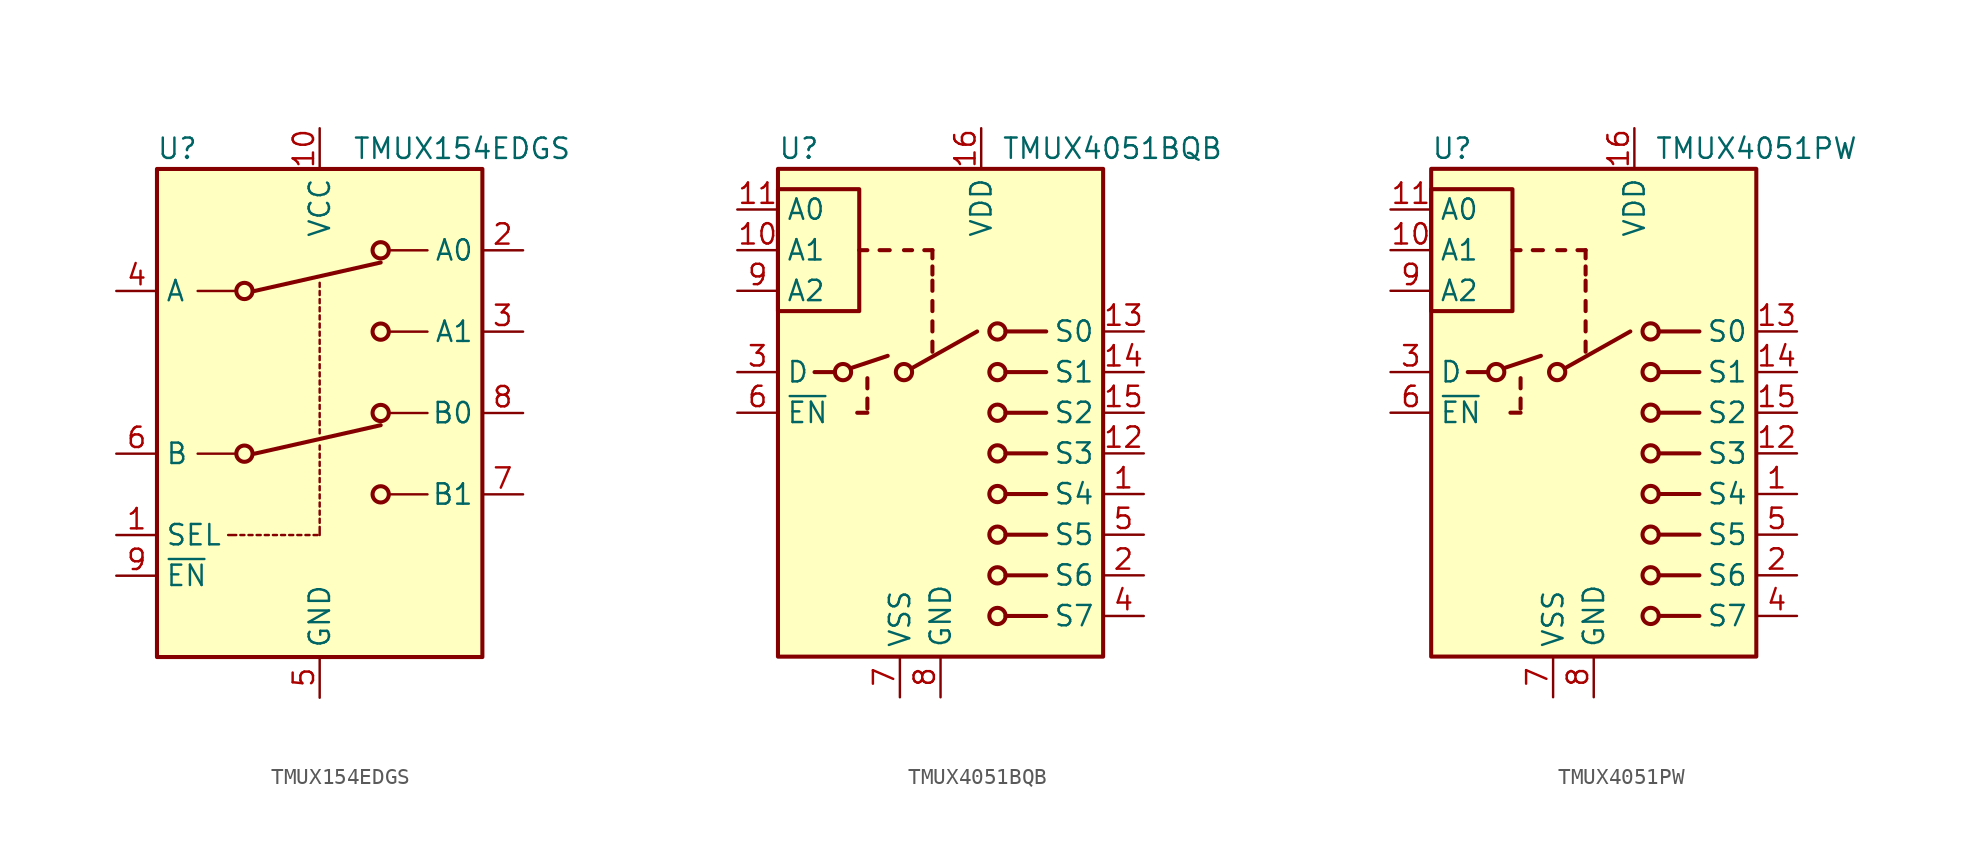
<source format=kicad_sym>
(kicad_symbol_lib
  (version 20241209)
  (generator "kicad_symbol_editor")
  (generator_version "9.0")
  (symbol "TMUX154EDGS"
    (property "Reference" "U"
      (at -8.89 16.51 0)
      (effects (font (size 1.27 1.27))))
    (property "Value" "TMUX154EDGS"
      (at 8.89 16.51 0)
      (effects (font (size 1.27 1.27))))
    (symbol "TMUX154EDGS_1_1"
      (rectangle (start -10.16 15.24) (end 10.16 -15.24) (stroke (width 0.254) (type default)) (fill (type background)))
      (polyline (pts (xy -7.62 7.62) (xy -5.334 7.62)) (stroke (width 0) (type default)) (fill (type none)))
      (polyline (pts (xy -7.62 -2.54) (xy -5.334 -2.54)) (stroke (width 0) (type default)) (fill (type none)))
      (polyline (pts (xy -5.715 -7.62) (xy -5.207 -7.62)) (stroke (width 0) (type default)) (fill (type none)))
      (polyline (pts (xy -4.953 -7.62) (xy -4.699 -7.62)) (stroke (width 0) (type default)) (fill (type none)))
      (circle (center -4.699 7.62) (radius 0.508) (stroke (width 0.254) (type default)) (fill (type none)))
      (circle (center -4.699 -2.54) (radius 0.508) (stroke (width 0.254) (type default)) (fill (type none)))
      (polyline (pts (xy -4.445 -7.62) (xy -4.191 -7.62)) (stroke (width 0) (type default)) (fill (type none)))
      (polyline (pts (xy -3.937 -7.62) (xy -3.683 -7.62)) (stroke (width 0) (type default)) (fill (type none)))
      (polyline (pts (xy -3.429 -7.62) (xy -3.175 -7.62)) (stroke (width 0) (type default)) (fill (type none)))
      (polyline (pts (xy -2.921 -7.62) (xy -2.667 -7.62)) (stroke (width 0) (type default)) (fill (type none)))
      (polyline (pts (xy -2.413 -7.62) (xy -2.159 -7.62)) (stroke (width 0) (type default)) (fill (type none)))
      (polyline (pts (xy -1.905 -7.62) (xy -1.651 -7.62)) (stroke (width 0) (type default)) (fill (type none)))
      (polyline (pts (xy -1.397 -7.62) (xy -1.143 -7.62)) (stroke (width 0) (type default)) (fill (type none)))
      (polyline (pts (xy -0.889 -7.62) (xy -0.635 -7.62)) (stroke (width 0) (type default)) (fill (type none)))
      (polyline (pts (xy -0.381 -7.62) (xy -0.127 -7.62)) (stroke (width 0) (type default)) (fill (type none)))
      (polyline (pts (xy 0 7.874) (xy 0 8.128)) (stroke (width 0) (type default)) (fill (type none)))
      (polyline (pts (xy 0 7.366) (xy 0 7.62)) (stroke (width 0) (type default)) (fill (type none)))
      (polyline (pts (xy 0 6.858) (xy 0 7.112)) (stroke (width 0) (type default)) (fill (type none)))
      (polyline (pts (xy 0 6.35) (xy 0 6.604)) (stroke (width 0) (type default)) (fill (type none)))
      (polyline (pts (xy 0 5.842) (xy 0 6.096)) (stroke (width 0) (type default)) (fill (type none)))
      (polyline (pts (xy 0 5.334) (xy 0 5.588)) (stroke (width 0) (type default)) (fill (type none)))
      (polyline (pts (xy 0 4.826) (xy 0 5.08)) (stroke (width 0) (type default)) (fill (type none)))
      (polyline (pts (xy 0 4.318) (xy 0 4.572)) (stroke (width 0) (type default)) (fill (type none)))
      (polyline (pts (xy 0 3.81) (xy 0 4.064)) (stroke (width 0) (type default)) (fill (type none)))
      (polyline (pts (xy 0 3.302) (xy 0 3.556)) (stroke (width 0) (type default)) (fill (type none)))
      (polyline (pts (xy 0 2.794) (xy 0 3.048)) (stroke (width 0) (type default)) (fill (type none)))
      (polyline (pts (xy 0 2.286) (xy 0 2.54)) (stroke (width 0) (type default)) (fill (type none)))
      (polyline (pts (xy 0 1.778) (xy 0 2.032)) (stroke (width 0) (type default)) (fill (type none)))
      (polyline (pts (xy 0 1.27) (xy 0 1.524)) (stroke (width 0) (type default)) (fill (type none)))
      (polyline (pts (xy 0 0.762) (xy 0 1.016)) (stroke (width 0) (type default)) (fill (type none)))
      (polyline (pts (xy 0 0.254) (xy 0 0.508)) (stroke (width 0) (type default)) (fill (type none)))
      (polyline (pts (xy 0 -0.254) (xy 0 0)) (stroke (width 0) (type default)) (fill (type none)))
      (polyline (pts (xy 0 -0.762) (xy 0 -0.508)) (stroke (width 0) (type default)) (fill (type none)))
      (polyline (pts (xy 0 -1.27) (xy 0 -1.016)) (stroke (width 0) (type default)) (fill (type none)))
      (polyline (pts (xy 0 -2.286) (xy 0 -2.032)) (stroke (width 0) (type default)) (fill (type none)))
      (polyline (pts (xy 0 -2.794) (xy 0 -2.54)) (stroke (width 0) (type default)) (fill (type none)))
      (polyline (pts (xy 0 -3.302) (xy 0 -3.048)) (stroke (width 0) (type default)) (fill (type none)))
      (polyline (pts (xy 0 -3.81) (xy 0 -3.556)) (stroke (width 0) (type default)) (fill (type none)))
      (polyline (pts (xy 0 -4.318) (xy 0 -4.064)) (stroke (width 0) (type default)) (fill (type none)))
      (polyline (pts (xy 0 -4.826) (xy 0 -4.572)) (stroke (width 0) (type default)) (fill (type none)))
      (polyline (pts (xy 0 -5.334) (xy 0 -5.08)) (stroke (width 0) (type default)) (fill (type none)))
      (polyline (pts (xy 0 -5.842) (xy 0 -5.588)) (stroke (width 0) (type default)) (fill (type none)))
      (polyline (pts (xy 0 -6.35) (xy 0 -6.096)) (stroke (width 0) (type default)) (fill (type none)))
      (polyline (pts (xy 0 -6.858) (xy 0 -6.604)) (stroke (width 0) (type default)) (fill (type none)))
      (polyline (pts (xy 0 -7.62) (xy 0 -7.112)) (stroke (width 0) (type default)) (fill (type none)))
      (circle (center 3.81 10.16) (radius 0.508) (stroke (width 0.254) (type default)) (fill (type none)))
      (polyline (pts (xy 3.81 9.398) (xy -4.064 7.62)) (stroke (width 0.254) (type default)) (fill (type none)))
      (circle (center 3.81 5.08) (radius 0.508) (stroke (width 0.254) (type default)) (fill (type none)))
      (circle (center 3.81 0) (radius 0.508) (stroke (width 0.254) (type default)) (fill (type none)))
      (polyline (pts (xy 3.81 -0.762) (xy -4.064 -2.54)) (stroke (width 0.254) (type default)) (fill (type none)))
      (circle (center 3.81 -5.08) (radius 0.508) (stroke (width 0.254) (type default)) (fill (type none)))
      (polyline (pts (xy 6.731 10.16) (xy 4.445 10.16)) (stroke (width 0) (type default)) (fill (type none)))
      (polyline (pts (xy 6.731 5.08) (xy 4.445 5.08)) (stroke (width 0) (type default)) (fill (type none)))
      (polyline (pts (xy 6.731 0) (xy 4.445 0)) (stroke (width 0) (type default)) (fill (type none)))
      (polyline (pts (xy 6.731 -5.08) (xy 4.445 -5.08)) (stroke (width 0) (type default)) (fill (type none)))
      (pin passive line (at -12.7 7.62 0) (length 2.54) (name "A" (effects (font (size 1.27 1.27)))) (number "4" (effects (font (size 1.27 1.27)))))
      (pin passive line (at -12.7 -2.54 0) (length 2.54) (name "B" (effects (font (size 1.27 1.27)))) (number "6" (effects (font (size 1.27 1.27)))))
      (pin passive line (at -12.7 -7.62 0) (length 2.54) (name "SEL" (effects (font (size 1.27 1.27)))) (number "1" (effects (font (size 1.27 1.27)))))
      (pin passive line (at -12.7 -10.16 0) (length 2.54) (name "~{EN}" (effects (font (size 1.27 1.27)))) (number "9" (effects (font (size 1.27 1.27)))))
      (pin power_in line (at 0 17.78 270) (length 2.54) (name "VCC" (effects (font (size 1.27 1.27)))) (number "10" (effects (font (size 1.27 1.27)))))
      (pin power_in line (at 0 -17.78 90) (length 2.54) (name "GND" (effects (font (size 1.27 1.27)))) (number "5" (effects (font (size 1.27 1.27)))))
      (pin passive line (at 12.7 10.16 180) (length 2.54) (name "A0" (effects (font (size 1.27 1.27)))) (number "2" (effects (font (size 1.27 1.27)))))
      (pin passive line (at 12.7 5.08 180) (length 2.54) (name "A1" (effects (font (size 1.27 1.27)))) (number "3" (effects (font (size 1.27 1.27)))))
      (pin passive line (at 12.7 0 180) (length 2.54) (name "B0" (effects (font (size 1.27 1.27)))) (number "8" (effects (font (size 1.27 1.27)))))
      (pin passive line (at 12.7 -5.08 180) (length 2.54) (name "B1" (effects (font (size 1.27 1.27)))) (number "7" (effects (font (size 1.27 1.27)))))))
  (symbol "TMUX4051BQB"
    (property "Reference" "U"
      (at -10.16 16.51 0)
      (effects (font (size 1.27 1.27)) (justify left)))
    (property "Value" "TMUX4051BQB"
      (at 3.81 16.51 0)
      (effects (font (size 1.27 1.27)) (justify left)))
    (symbol "TMUX4051BQB_0_1"
      (rectangle (start -10.16 15.24) (end 10.16 -15.24) (stroke (width 0.254) (type default)) (fill (type background)))
      (rectangle (start -10.16 6.35) (end -5.08 13.97) (stroke (width 0.254) (type default)) (fill (type none)))
      (polyline (pts (xy -7.874 2.54) (xy -6.604 2.54)) (stroke (width 0.254) (type default)) (fill (type none)))
      (circle (center -6.096 2.54) (radius 0.508) (stroke (width 0.254) (type default)) (fill (type none)))
      (polyline (pts (xy -5.588 2.794) (xy -3.302 3.556)) (stroke (width 0.254) (type default)) (fill (type none)))
      (polyline (pts (xy -4.572 10.16) (xy -5.08 10.16)) (stroke (width 0.254) (type default)) (fill (type none)))
      (polyline (pts (xy -4.572 1.524) (xy -4.572 2.159)) (stroke (width 0.254) (type default)) (fill (type none)))
      (polyline (pts (xy -4.572 0.254) (xy -4.572 0.889)) (stroke (width 0.254) (type default)) (fill (type none)))
      (polyline (pts (xy -4.572 0) (xy -5.207 0)) (stroke (width 0.254) (type default)) (fill (type none)))
      (polyline (pts (xy -3.81 10.16) (xy -3.175 10.16)) (stroke (width 0.254) (type default)) (fill (type none)))
      (circle (center -2.286 2.54) (radius 0.508) (stroke (width 0.254) (type default)) (fill (type none)))
      (polyline (pts (xy -1.778 10.16) (xy -2.286 10.16)) (stroke (width 0.254) (type default)) (fill (type none)))
      (polyline (pts (xy -1.778 2.794) (xy 2.286 5.08)) (stroke (width 0.254) (type default)) (fill (type none)))
      (polyline (pts (xy -0.508 10.16) (xy -1.016 10.16)) (stroke (width 0.254) (type default)) (fill (type none)))
      (polyline (pts (xy -0.508 9.652) (xy -0.508 10.16)) (stroke (width 0.254) (type default)) (fill (type none)))
      (polyline (pts (xy -0.508 8.636) (xy -0.508 9.144)) (stroke (width 0.254) (type default)) (fill (type none)))
      (polyline (pts (xy -0.508 7.62) (xy -0.508 8.255)) (stroke (width 0.254) (type default)) (fill (type none)))
      (polyline (pts (xy -0.508 6.35) (xy -0.508 6.985)) (stroke (width 0.254) (type default)) (fill (type none)))
      (polyline (pts (xy -0.508 5.08) (xy -0.508 5.715)) (stroke (width 0.254) (type default)) (fill (type none)))
      (polyline (pts (xy -0.508 3.81) (xy -0.508 4.445)) (stroke (width 0.254) (type default)) (fill (type none)))
      (circle (center 3.556 5.08) (radius 0.508) (stroke (width 0.254) (type default)) (fill (type none)))
      (circle (center 3.556 2.54) (radius 0.508) (stroke (width 0.254) (type default)) (fill (type none)))
      (circle (center 3.556 0) (radius 0.508) (stroke (width 0.254) (type default)) (fill (type none)))
      (circle (center 3.556 -2.54) (radius 0.508) (stroke (width 0.254) (type default)) (fill (type none)))
      (circle (center 3.556 -5.08) (radius 0.508) (stroke (width 0.254) (type default)) (fill (type none)))
      (circle (center 3.556 -7.62) (radius 0.508) (stroke (width 0.254) (type default)) (fill (type none)))
      (circle (center 3.556 -10.16) (radius 0.508) (stroke (width 0.254) (type default)) (fill (type none)))
      (circle (center 3.556 -12.7) (radius 0.508) (stroke (width 0.254) (type default)) (fill (type none)))
      (polyline (pts (xy 4.064 5.08) (xy 6.604 5.08)) (stroke (width 0.254) (type default)) (fill (type none)))
      (polyline (pts (xy 4.064 2.54) (xy 6.604 2.54)) (stroke (width 0.254) (type default)) (fill (type none)))
      (polyline (pts (xy 4.064 0) (xy 6.604 0)) (stroke (width 0.254) (type default)) (fill (type none)))
      (polyline (pts (xy 4.064 -2.54) (xy 6.604 -2.54)) (stroke (width 0.254) (type default)) (fill (type none)))
      (polyline (pts (xy 4.064 -5.08) (xy 6.604 -5.08)) (stroke (width 0.254) (type default)) (fill (type none)))
      (polyline (pts (xy 4.064 -7.62) (xy 6.604 -7.62)) (stroke (width 0.254) (type default)) (fill (type none)))
      (polyline (pts (xy 4.064 -10.16) (xy 6.604 -10.16)) (stroke (width 0.254) (type default)) (fill (type none)))
      (polyline (pts (xy 4.064 -12.7) (xy 6.604 -12.7)) (stroke (width 0.254) (type default)) (fill (type none))))
    (symbol "TMUX4051BQB_1_1"
      (pin input line (at -12.7 12.7 0) (length 2.54) (name "A0" (effects (font (size 1.27 1.27)))) (number "11" (effects (font (size 1.27 1.27)))))
      (pin input line (at -12.7 10.16 0) (length 2.54) (name "A1" (effects (font (size 1.27 1.27)))) (number "10" (effects (font (size 1.27 1.27)))))
      (pin input line (at -12.7 7.62 0) (length 2.54) (name "A2" (effects (font (size 1.27 1.27)))) (number "9" (effects (font (size 1.27 1.27)))))
      (pin bidirectional line (at -12.7 2.54 0) (length 2.54) (name "D" (effects (font (size 1.27 1.27)))) (number "3" (effects (font (size 1.27 1.27)))))
      (pin input line (at -12.7 0 0) (length 2.54) (name "~{EN}" (effects (font (size 1.27 1.27)))) (number "6" (effects (font (size 1.27 1.27)))))
      (pin power_in line (at -2.54 -17.78 90) (length 2.54) (name "VSS" (effects (font (size 1.27 1.27)))) (number "7" (effects (font (size 1.27 1.27)))))
      (pin passive line (at 0 -17.78 90) (length 2.54) (hide yes) (name "GND" (effects (font (size 1.27 1.27)))) (number "17" (effects (font (size 1.27 1.27)))))
      (pin power_in line (at 0 -17.78 90) (length 2.54) (name "GND" (effects (font (size 1.27 1.27)))) (number "8" (effects (font (size 1.27 1.27)))))
      (pin power_in line (at 2.54 17.78 270) (length 2.54) (name "VDD" (effects (font (size 1.27 1.27)))) (number "16" (effects (font (size 1.27 1.27)))))
      (pin bidirectional line (at 12.7 5.08 180) (length 2.54) (name "S0" (effects (font (size 1.27 1.27)))) (number "13" (effects (font (size 1.27 1.27)))))
      (pin bidirectional line (at 12.7 2.54 180) (length 2.54) (name "S1" (effects (font (size 1.27 1.27)))) (number "14" (effects (font (size 1.27 1.27)))))
      (pin bidirectional line (at 12.7 0 180) (length 2.54) (name "S2" (effects (font (size 1.27 1.27)))) (number "15" (effects (font (size 1.27 1.27)))))
      (pin bidirectional line (at 12.7 -2.54 180) (length 2.54) (name "S3" (effects (font (size 1.27 1.27)))) (number "12" (effects (font (size 1.27 1.27)))))
      (pin bidirectional line (at 12.7 -5.08 180) (length 2.54) (name "S4" (effects (font (size 1.27 1.27)))) (number "1" (effects (font (size 1.27 1.27)))))
      (pin bidirectional line (at 12.7 -7.62 180) (length 2.54) (name "S5" (effects (font (size 1.27 1.27)))) (number "5" (effects (font (size 1.27 1.27)))))
      (pin bidirectional line (at 12.7 -10.16 180) (length 2.54) (name "S6" (effects (font (size 1.27 1.27)))) (number "2" (effects (font (size 1.27 1.27)))))
      (pin bidirectional line (at 12.7 -12.7 180) (length 2.54) (name "S7" (effects (font (size 1.27 1.27)))) (number "4" (effects (font (size 1.27 1.27)))))))
  (symbol "TMUX4051PW"
    (property "Reference" "U"
      (at -10.16 16.51 0)
      (effects (font (size 1.27 1.27)) (justify left)))
    (property "Value" "TMUX4051PW"
      (at 3.81 16.51 0)
      (effects (font (size 1.27 1.27)) (justify left)))
    (symbol "TMUX4051PW_0_1"
      (rectangle (start -10.16 15.24) (end 10.16 -15.24) (stroke (width 0.254) (type default)) (fill (type background)))
      (rectangle (start -10.16 6.35) (end -5.08 13.97) (stroke (width 0.254) (type default)) (fill (type none)))
      (polyline (pts (xy -7.874 2.54) (xy -6.604 2.54)) (stroke (width 0.254) (type default)) (fill (type none)))
      (circle (center -6.096 2.54) (radius 0.508) (stroke (width 0.254) (type default)) (fill (type none)))
      (polyline (pts (xy -5.588 2.794) (xy -3.302 3.556)) (stroke (width 0.254) (type default)) (fill (type none)))
      (polyline (pts (xy -4.572 10.16) (xy -5.08 10.16)) (stroke (width 0.254) (type default)) (fill (type none)))
      (polyline (pts (xy -4.572 1.524) (xy -4.572 2.159)) (stroke (width 0.254) (type default)) (fill (type none)))
      (polyline (pts (xy -4.572 0.254) (xy -4.572 0.889)) (stroke (width 0.254) (type default)) (fill (type none)))
      (polyline (pts (xy -4.572 0) (xy -5.207 0)) (stroke (width 0.254) (type default)) (fill (type none)))
      (polyline (pts (xy -3.81 10.16) (xy -3.175 10.16)) (stroke (width 0.254) (type default)) (fill (type none)))
      (circle (center -2.286 2.54) (radius 0.508) (stroke (width 0.254) (type default)) (fill (type none)))
      (polyline (pts (xy -1.778 10.16) (xy -2.286 10.16)) (stroke (width 0.254) (type default)) (fill (type none)))
      (polyline (pts (xy -1.778 2.794) (xy 2.286 5.08)) (stroke (width 0.254) (type default)) (fill (type none)))
      (polyline (pts (xy -0.508 10.16) (xy -1.016 10.16)) (stroke (width 0.254) (type default)) (fill (type none)))
      (polyline (pts (xy -0.508 9.652) (xy -0.508 10.16)) (stroke (width 0.254) (type default)) (fill (type none)))
      (polyline (pts (xy -0.508 8.636) (xy -0.508 9.144)) (stroke (width 0.254) (type default)) (fill (type none)))
      (polyline (pts (xy -0.508 7.62) (xy -0.508 8.255)) (stroke (width 0.254) (type default)) (fill (type none)))
      (polyline (pts (xy -0.508 6.35) (xy -0.508 6.985)) (stroke (width 0.254) (type default)) (fill (type none)))
      (polyline (pts (xy -0.508 5.08) (xy -0.508 5.715)) (stroke (width 0.254) (type default)) (fill (type none)))
      (polyline (pts (xy -0.508 3.81) (xy -0.508 4.445)) (stroke (width 0.254) (type default)) (fill (type none)))
      (circle (center 3.556 5.08) (radius 0.508) (stroke (width 0.254) (type default)) (fill (type none)))
      (circle (center 3.556 2.54) (radius 0.508) (stroke (width 0.254) (type default)) (fill (type none)))
      (circle (center 3.556 0) (radius 0.508) (stroke (width 0.254) (type default)) (fill (type none)))
      (circle (center 3.556 -2.54) (radius 0.508) (stroke (width 0.254) (type default)) (fill (type none)))
      (circle (center 3.556 -5.08) (radius 0.508) (stroke (width 0.254) (type default)) (fill (type none)))
      (circle (center 3.556 -7.62) (radius 0.508) (stroke (width 0.254) (type default)) (fill (type none)))
      (circle (center 3.556 -10.16) (radius 0.508) (stroke (width 0.254) (type default)) (fill (type none)))
      (circle (center 3.556 -12.7) (radius 0.508) (stroke (width 0.254) (type default)) (fill (type none)))
      (polyline (pts (xy 4.064 5.08) (xy 6.604 5.08)) (stroke (width 0.254) (type default)) (fill (type none)))
      (polyline (pts (xy 4.064 2.54) (xy 6.604 2.54)) (stroke (width 0.254) (type default)) (fill (type none)))
      (polyline (pts (xy 4.064 0) (xy 6.604 0)) (stroke (width 0.254) (type default)) (fill (type none)))
      (polyline (pts (xy 4.064 -2.54) (xy 6.604 -2.54)) (stroke (width 0.254) (type default)) (fill (type none)))
      (polyline (pts (xy 4.064 -5.08) (xy 6.604 -5.08)) (stroke (width 0.254) (type default)) (fill (type none)))
      (polyline (pts (xy 4.064 -7.62) (xy 6.604 -7.62)) (stroke (width 0.254) (type default)) (fill (type none)))
      (polyline (pts (xy 4.064 -10.16) (xy 6.604 -10.16)) (stroke (width 0.254) (type default)) (fill (type none)))
      (polyline (pts (xy 4.064 -12.7) (xy 6.604 -12.7)) (stroke (width 0.254) (type default)) (fill (type none))))
    (symbol "TMUX4051PW_1_1"
      (pin input line (at -12.7 12.7 0) (length 2.54) (name "A0" (effects (font (size 1.27 1.27)))) (number "11" (effects (font (size 1.27 1.27)))))
      (pin input line (at -12.7 10.16 0) (length 2.54) (name "A1" (effects (font (size 1.27 1.27)))) (number "10" (effects (font (size 1.27 1.27)))))
      (pin input line (at -12.7 7.62 0) (length 2.54) (name "A2" (effects (font (size 1.27 1.27)))) (number "9" (effects (font (size 1.27 1.27)))))
      (pin bidirectional line (at -12.7 2.54 0) (length 2.54) (name "D" (effects (font (size 1.27 1.27)))) (number "3" (effects (font (size 1.27 1.27)))))
      (pin input line (at -12.7 0 0) (length 2.54) (name "~{EN}" (effects (font (size 1.27 1.27)))) (number "6" (effects (font (size 1.27 1.27)))))
      (pin power_in line (at -2.54 -17.78 90) (length 2.54) (name "VSS" (effects (font (size 1.27 1.27)))) (number "7" (effects (font (size 1.27 1.27)))))
      (pin power_in line (at 0 -17.78 90) (length 2.54) (name "GND" (effects (font (size 1.27 1.27)))) (number "8" (effects (font (size 1.27 1.27)))))
      (pin power_in line (at 2.54 17.78 270) (length 2.54) (name "VDD" (effects (font (size 1.27 1.27)))) (number "16" (effects (font (size 1.27 1.27)))))
      (pin bidirectional line (at 12.7 5.08 180) (length 2.54) (name "S0" (effects (font (size 1.27 1.27)))) (number "13" (effects (font (size 1.27 1.27)))))
      (pin bidirectional line (at 12.7 2.54 180) (length 2.54) (name "S1" (effects (font (size 1.27 1.27)))) (number "14" (effects (font (size 1.27 1.27)))))
      (pin bidirectional line (at 12.7 0 180) (length 2.54) (name "S2" (effects (font (size 1.27 1.27)))) (number "15" (effects (font (size 1.27 1.27)))))
      (pin bidirectional line (at 12.7 -2.54 180) (length 2.54) (name "S3" (effects (font (size 1.27 1.27)))) (number "12" (effects (font (size 1.27 1.27)))))
      (pin bidirectional line (at 12.7 -5.08 180) (length 2.54) (name "S4" (effects (font (size 1.27 1.27)))) (number "1" (effects (font (size 1.27 1.27)))))
      (pin bidirectional line (at 12.7 -7.62 180) (length 2.54) (name "S5" (effects (font (size 1.27 1.27)))) (number "5" (effects (font (size 1.27 1.27)))))
      (pin bidirectional line (at 12.7 -10.16 180) (length 2.54) (name "S6" (effects (font (size 1.27 1.27)))) (number "2" (effects (font (size 1.27 1.27)))))
      (pin bidirectional line (at 12.7 -12.7 180) (length 2.54) (name "S7" (effects (font (size 1.27 1.27)))) (number "4" (effects (font (size 1.27 1.27))))))))
</source>
